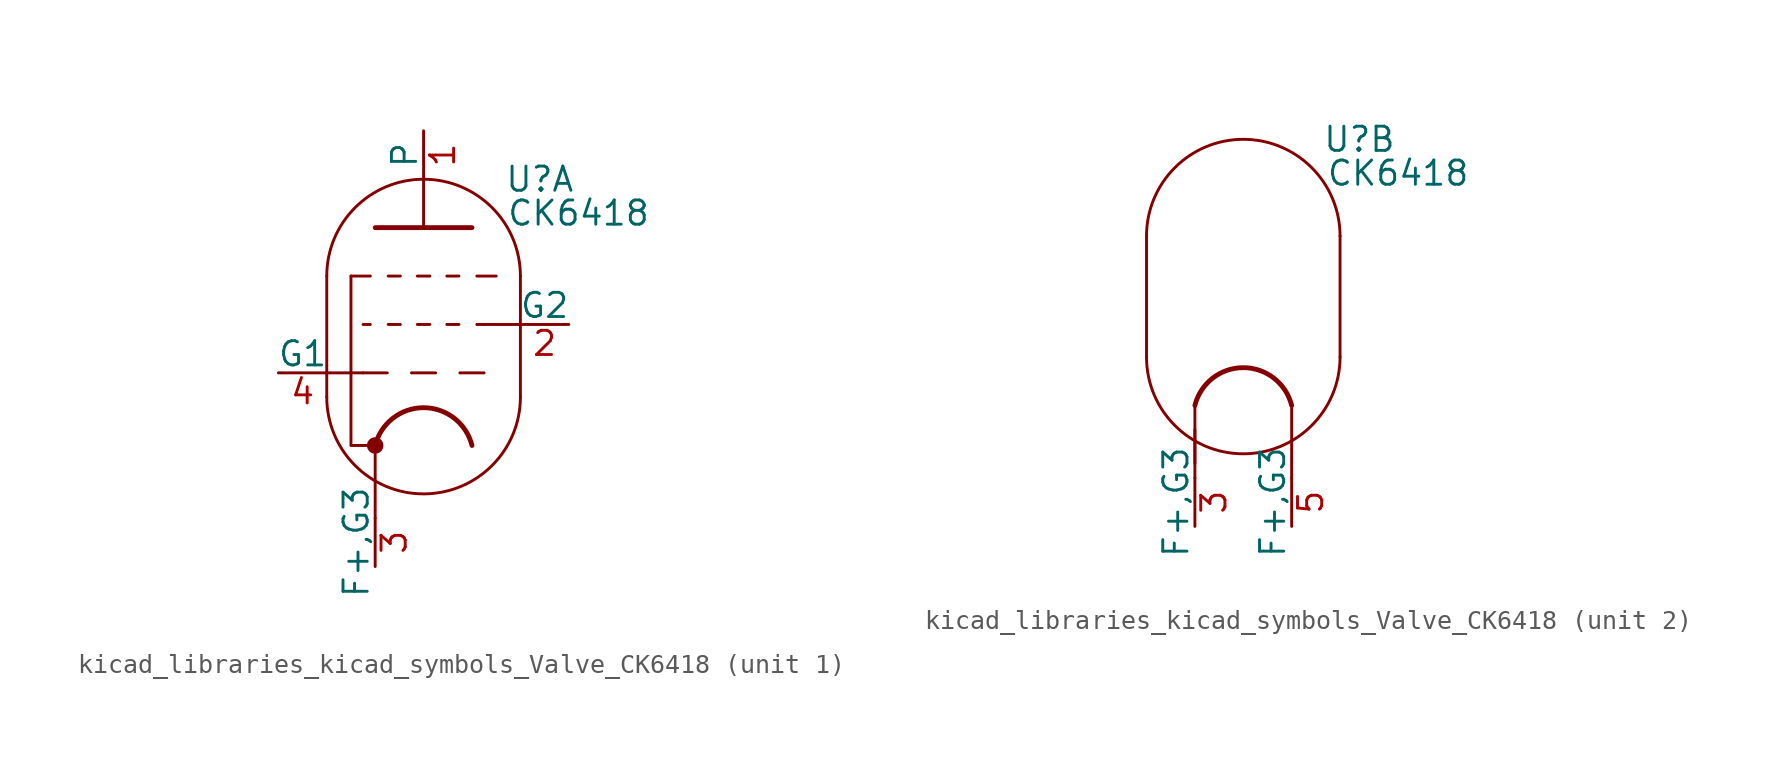
<source format=kicad_sym>
(kicad_symbol_lib
  (version 20220914)
  (generator kicad_symbol_editor)
  (symbol "kicad_libraries_kicad_symbols_Valve_CK6418"
    (pin_names
      (offset 0))
    (property "Reference" "U"
      (at 6.096 10.16 0)
      (effects (font (size 1.27 1.27))))
    (property "Value" "CK6418"
      (at 8.128 8.382 0)
      (effects (font (size 1.27 1.27))))
    (property "ki_locked" ""
      (at 0 0 0)
      (effects (font (size 1.27 1.27))))
    (symbol "kicad_libraries_kicad_symbols_Valve_CK6418_0_1"
      (arc (start -5.08 -1.27) (mid 0 -6.3279) (end 5.08 -1.27) (stroke (width 0) (type default)) (fill (type none)))
      (polyline (pts (xy -2.54 -7.62) (xy -2.54 -3.81)) (stroke (width 0) (type default)) (fill (type none)))
      (polyline (pts (xy -5.08 5.08) (xy -5.08 -1.27) (xy -5.08 -1.27)) (stroke (width 0) (type default)) (fill (type none)))
      (polyline (pts (xy 5.08 -1.27) (xy 5.08 5.08) (xy 5.08 5.08)) (stroke (width 0) (type default)) (fill (type none)))
      (arc (start 2.54 -3.81) (mid 0 -1.8268) (end -2.54 -3.81) (stroke (width 0.254) (type default)) (fill (type none)))
      (arc (start 5.08 5.08) (mid 0 10.1379) (end -5.08 5.08) (stroke (width 0) (type default)) (fill (type none)))
      (pin power_in line (at -2.54 -10.16 90) (length 2.54) (name "F+,G3" (effects (font (size 1.27 1.27)))) (number "3" (effects (font (size 1.27 1.27))))))
    (symbol "kicad_libraries_kicad_symbols_Valve_CK6418_1_0"
      (polyline (pts (xy -5.08 0) (xy -3.175 0)) (stroke (width 0) (type default)) (fill (type none)))
      (polyline (pts (xy -0.635 0) (xy 0.635 0)) (stroke (width 0.152) (type default)) (fill (type none)))
      (polyline (pts (xy 0 7.62) (xy 0 10.16)) (stroke (width 0) (type default)) (fill (type none)))
      (polyline (pts (xy 1.905 0) (xy 3.175 0)) (stroke (width 0.152) (type default)) (fill (type none)))
      (polyline (pts (xy 3.175 2.54) (xy 5.08 2.54)) (stroke (width 0) (type default)) (fill (type none))))
    (symbol "kicad_libraries_kicad_symbols_Valve_CK6418_1_1"
      (circle (center -2.54 -3.81) (radius 0.356) (stroke (width 0) (type default)) (fill (type outline)))
      (polyline (pts (xy -3.81 5.08) (xy -2.794 5.08)) (stroke (width 0.152) (type default)) (fill (type none)))
      (polyline (pts (xy -3.175 2.54) (xy -2.794 2.54)) (stroke (width 0.152) (type default)) (fill (type none)))
      (polyline (pts (xy -1.905 0) (xy -3.175 0)) (stroke (width 0.152) (type default)) (fill (type none)))
      (polyline (pts (xy -1.854 2.54) (xy -1.219 2.54)) (stroke (width 0.152) (type default)) (fill (type none)))
      (polyline (pts (xy -1.854 5.08) (xy -1.219 5.08)) (stroke (width 0.152) (type default)) (fill (type none)))
      (polyline (pts (xy -0.33 2.54) (xy 0.33 2.54)) (stroke (width 0.152) (type default)) (fill (type none)))
      (polyline (pts (xy -0.33 5.08) (xy 0.33 5.08)) (stroke (width 0.152) (type default)) (fill (type none)))
      (polyline (pts (xy 1.219 2.54) (xy 1.854 2.54)) (stroke (width 0.152) (type default)) (fill (type none)))
      (polyline (pts (xy 1.219 5.08) (xy 1.854 5.08)) (stroke (width 0.152) (type default)) (fill (type none)))
      (polyline (pts (xy 2.794 2.54) (xy 3.175 2.54)) (stroke (width 0.152) (type default)) (fill (type none)))
      (polyline (pts (xy 3.81 5.08) (xy 2.794 5.08)) (stroke (width 0.152) (type default)) (fill (type none)))
      (polyline (pts (xy -3.81 5.08) (xy -3.81 -3.81) (xy -2.54 -3.81)) (stroke (width 0) (type default)) (fill (type none)))
      (polyline (pts (xy -2.54 7.62) (xy 2.54 7.62) (xy 2.54 7.62)) (stroke (width 0.254) (type default)) (fill (type none)))
      (pin output line (at 0 12.7 270) (length 2.54) (name "P" (effects (font (size 1.27 1.27)))) (number "1" (effects (font (size 1.27 1.27)))))
      (pin input line (at 7.62 2.54 180) (length 2.54) (name "G2" (effects (font (size 1.27 1.27)))) (number "2" (effects (font (size 1.27 1.27)))))
      (pin input line (at -7.62 0 0) (length 2.54) (name "G1" (effects (font (size 1.27 1.27)))) (number "4" (effects (font (size 1.27 1.27))))))
    (symbol "kicad_libraries_kicad_symbols_Valve_CK6418_2_1"
      (polyline (pts (xy 2.54 -7.62) (xy 2.54 -3.81)) (stroke (width 0) (type default)) (fill (type none)))
      (polyline (pts (xy -2.54 -6.858) (xy -2.54 -5.08) (xy -2.54 -5.08)) (stroke (width 0) (type default)) (fill (type none)))
      (pin power_in line (at 2.54 -10.16 90) (length 2.54) (name "F+,G3" (effects (font (size 1.27 1.27)))) (number "5" (effects (font (size 1.27 1.27))))))))
</source>
